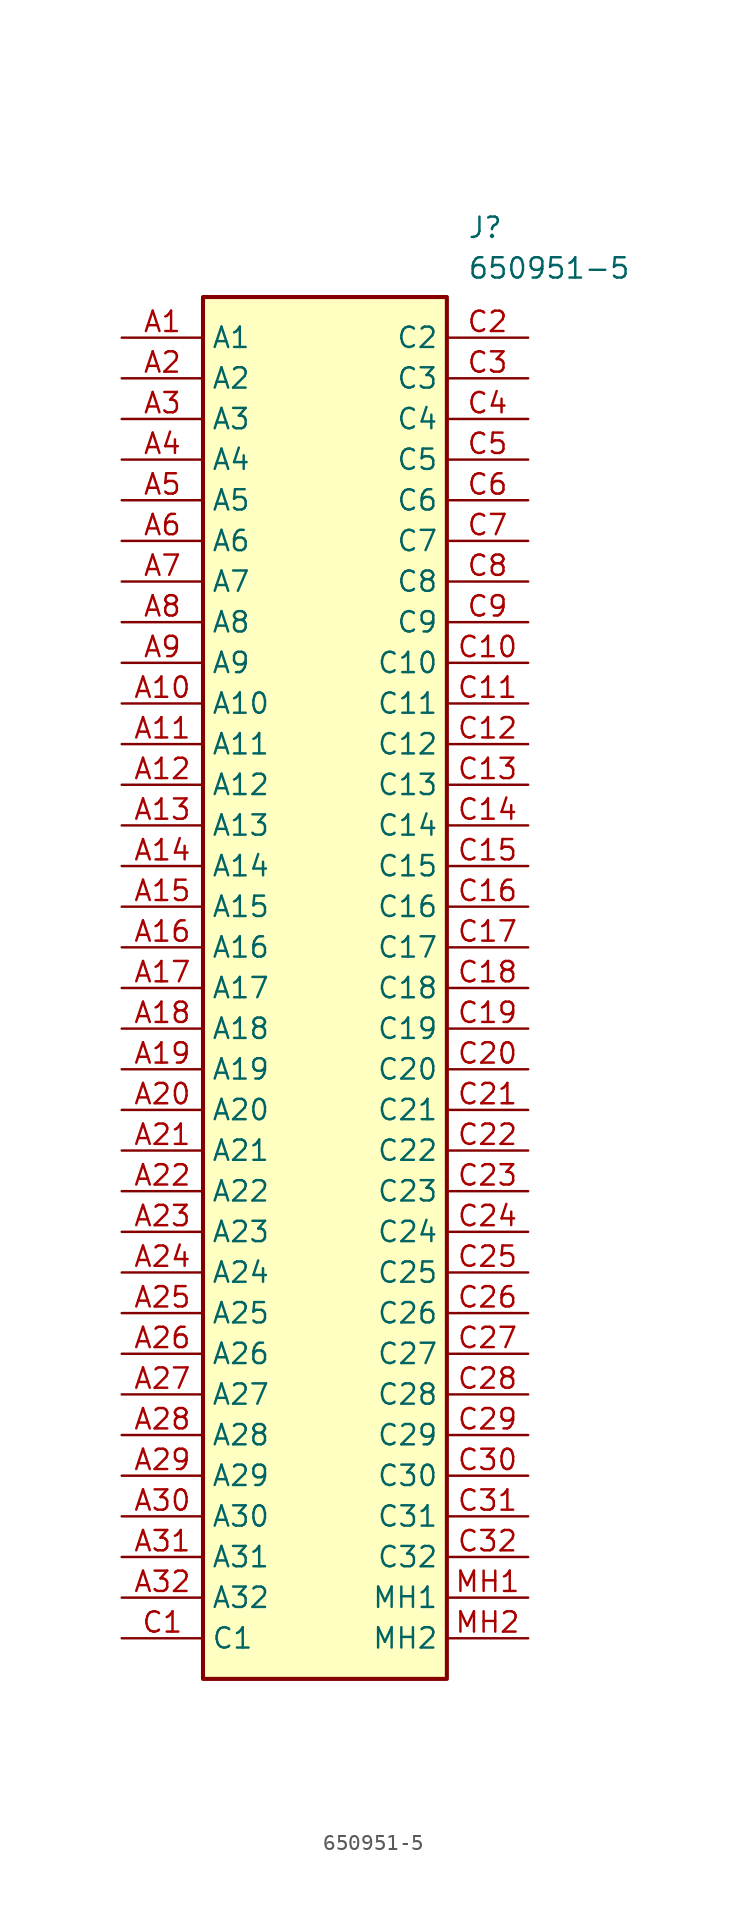
<source format=kicad_sym>
(kicad_symbol_lib
  (version 20220914)
  (generator kicad_symbol_editor)
  (symbol "650951-5"
    (property "Reference" "J"
      (at 21.59 7.62 0)
      (effects (font (size 1.27 1.27)) (justify left top)))
    (property "Value" "650951-5"
      (at 21.59 5.08 0)
      (effects (font (size 1.27 1.27)) (justify left top)))
    (symbol "650951-5_1_1"
      (rectangle (start 5.08 2.54) (end 20.32 -83.82) (stroke (width 0.254) (type default)) (fill (type background)))
      (pin passive line (at 0 0 0) (length 5.08) (name "A1" (effects (font (size 1.27 1.27)))) (number "A1" (effects (font (size 1.27 1.27)))))
      (pin passive line (at 0 -22.86 0) (length 5.08) (name "A10" (effects (font (size 1.27 1.27)))) (number "A10" (effects (font (size 1.27 1.27)))))
      (pin passive line (at 0 -25.4 0) (length 5.08) (name "A11" (effects (font (size 1.27 1.27)))) (number "A11" (effects (font (size 1.27 1.27)))))
      (pin passive line (at 0 -27.94 0) (length 5.08) (name "A12" (effects (font (size 1.27 1.27)))) (number "A12" (effects (font (size 1.27 1.27)))))
      (pin passive line (at 0 -30.48 0) (length 5.08) (name "A13" (effects (font (size 1.27 1.27)))) (number "A13" (effects (font (size 1.27 1.27)))))
      (pin passive line (at 0 -33.02 0) (length 5.08) (name "A14" (effects (font (size 1.27 1.27)))) (number "A14" (effects (font (size 1.27 1.27)))))
      (pin passive line (at 0 -35.56 0) (length 5.08) (name "A15" (effects (font (size 1.27 1.27)))) (number "A15" (effects (font (size 1.27 1.27)))))
      (pin passive line (at 0 -38.1 0) (length 5.08) (name "A16" (effects (font (size 1.27 1.27)))) (number "A16" (effects (font (size 1.27 1.27)))))
      (pin passive line (at 0 -40.64 0) (length 5.08) (name "A17" (effects (font (size 1.27 1.27)))) (number "A17" (effects (font (size 1.27 1.27)))))
      (pin passive line (at 0 -43.18 0) (length 5.08) (name "A18" (effects (font (size 1.27 1.27)))) (number "A18" (effects (font (size 1.27 1.27)))))
      (pin passive line (at 0 -45.72 0) (length 5.08) (name "A19" (effects (font (size 1.27 1.27)))) (number "A19" (effects (font (size 1.27 1.27)))))
      (pin passive line (at 0 -2.54 0) (length 5.08) (name "A2" (effects (font (size 1.27 1.27)))) (number "A2" (effects (font (size 1.27 1.27)))))
      (pin passive line (at 0 -48.26 0) (length 5.08) (name "A20" (effects (font (size 1.27 1.27)))) (number "A20" (effects (font (size 1.27 1.27)))))
      (pin passive line (at 0 -50.8 0) (length 5.08) (name "A21" (effects (font (size 1.27 1.27)))) (number "A21" (effects (font (size 1.27 1.27)))))
      (pin passive line (at 0 -53.34 0) (length 5.08) (name "A22" (effects (font (size 1.27 1.27)))) (number "A22" (effects (font (size 1.27 1.27)))))
      (pin passive line (at 0 -55.88 0) (length 5.08) (name "A23" (effects (font (size 1.27 1.27)))) (number "A23" (effects (font (size 1.27 1.27)))))
      (pin passive line (at 0 -58.42 0) (length 5.08) (name "A24" (effects (font (size 1.27 1.27)))) (number "A24" (effects (font (size 1.27 1.27)))))
      (pin passive line (at 0 -60.96 0) (length 5.08) (name "A25" (effects (font (size 1.27 1.27)))) (number "A25" (effects (font (size 1.27 1.27)))))
      (pin passive line (at 0 -63.5 0) (length 5.08) (name "A26" (effects (font (size 1.27 1.27)))) (number "A26" (effects (font (size 1.27 1.27)))))
      (pin passive line (at 0 -66.04 0) (length 5.08) (name "A27" (effects (font (size 1.27 1.27)))) (number "A27" (effects (font (size 1.27 1.27)))))
      (pin passive line (at 0 -68.58 0) (length 5.08) (name "A28" (effects (font (size 1.27 1.27)))) (number "A28" (effects (font (size 1.27 1.27)))))
      (pin passive line (at 0 -71.12 0) (length 5.08) (name "A29" (effects (font (size 1.27 1.27)))) (number "A29" (effects (font (size 1.27 1.27)))))
      (pin passive line (at 0 -5.08 0) (length 5.08) (name "A3" (effects (font (size 1.27 1.27)))) (number "A3" (effects (font (size 1.27 1.27)))))
      (pin passive line (at 0 -73.66 0) (length 5.08) (name "A30" (effects (font (size 1.27 1.27)))) (number "A30" (effects (font (size 1.27 1.27)))))
      (pin passive line (at 0 -76.2 0) (length 5.08) (name "A31" (effects (font (size 1.27 1.27)))) (number "A31" (effects (font (size 1.27 1.27)))))
      (pin passive line (at 0 -78.74 0) (length 5.08) (name "A32" (effects (font (size 1.27 1.27)))) (number "A32" (effects (font (size 1.27 1.27)))))
      (pin passive line (at 0 -7.62 0) (length 5.08) (name "A4" (effects (font (size 1.27 1.27)))) (number "A4" (effects (font (size 1.27 1.27)))))
      (pin passive line (at 0 -10.16 0) (length 5.08) (name "A5" (effects (font (size 1.27 1.27)))) (number "A5" (effects (font (size 1.27 1.27)))))
      (pin passive line (at 0 -12.7 0) (length 5.08) (name "A6" (effects (font (size 1.27 1.27)))) (number "A6" (effects (font (size 1.27 1.27)))))
      (pin passive line (at 0 -15.24 0) (length 5.08) (name "A7" (effects (font (size 1.27 1.27)))) (number "A7" (effects (font (size 1.27 1.27)))))
      (pin passive line (at 0 -17.78 0) (length 5.08) (name "A8" (effects (font (size 1.27 1.27)))) (number "A8" (effects (font (size 1.27 1.27)))))
      (pin passive line (at 0 -20.32 0) (length 5.08) (name "A9" (effects (font (size 1.27 1.27)))) (number "A9" (effects (font (size 1.27 1.27)))))
      (pin passive line (at 0 -81.28 0) (length 5.08) (name "C1" (effects (font (size 1.27 1.27)))) (number "C1" (effects (font (size 1.27 1.27)))))
      (pin passive line (at 25.4 -20.32 180) (length 5.08) (name "C10" (effects (font (size 1.27 1.27)))) (number "C10" (effects (font (size 1.27 1.27)))))
      (pin passive line (at 25.4 -22.86 180) (length 5.08) (name "C11" (effects (font (size 1.27 1.27)))) (number "C11" (effects (font (size 1.27 1.27)))))
      (pin passive line (at 25.4 -25.4 180) (length 5.08) (name "C12" (effects (font (size 1.27 1.27)))) (number "C12" (effects (font (size 1.27 1.27)))))
      (pin passive line (at 25.4 -27.94 180) (length 5.08) (name "C13" (effects (font (size 1.27 1.27)))) (number "C13" (effects (font (size 1.27 1.27)))))
      (pin passive line (at 25.4 -30.48 180) (length 5.08) (name "C14" (effects (font (size 1.27 1.27)))) (number "C14" (effects (font (size 1.27 1.27)))))
      (pin passive line (at 25.4 -33.02 180) (length 5.08) (name "C15" (effects (font (size 1.27 1.27)))) (number "C15" (effects (font (size 1.27 1.27)))))
      (pin passive line (at 25.4 -35.56 180) (length 5.08) (name "C16" (effects (font (size 1.27 1.27)))) (number "C16" (effects (font (size 1.27 1.27)))))
      (pin passive line (at 25.4 -38.1 180) (length 5.08) (name "C17" (effects (font (size 1.27 1.27)))) (number "C17" (effects (font (size 1.27 1.27)))))
      (pin passive line (at 25.4 -40.64 180) (length 5.08) (name "C18" (effects (font (size 1.27 1.27)))) (number "C18" (effects (font (size 1.27 1.27)))))
      (pin passive line (at 25.4 -43.18 180) (length 5.08) (name "C19" (effects (font (size 1.27 1.27)))) (number "C19" (effects (font (size 1.27 1.27)))))
      (pin passive line (at 25.4 0 180) (length 5.08) (name "C2" (effects (font (size 1.27 1.27)))) (number "C2" (effects (font (size 1.27 1.27)))))
      (pin passive line (at 25.4 -45.72 180) (length 5.08) (name "C20" (effects (font (size 1.27 1.27)))) (number "C20" (effects (font (size 1.27 1.27)))))
      (pin passive line (at 25.4 -48.26 180) (length 5.08) (name "C21" (effects (font (size 1.27 1.27)))) (number "C21" (effects (font (size 1.27 1.27)))))
      (pin passive line (at 25.4 -50.8 180) (length 5.08) (name "C22" (effects (font (size 1.27 1.27)))) (number "C22" (effects (font (size 1.27 1.27)))))
      (pin passive line (at 25.4 -53.34 180) (length 5.08) (name "C23" (effects (font (size 1.27 1.27)))) (number "C23" (effects (font (size 1.27 1.27)))))
      (pin passive line (at 25.4 -55.88 180) (length 5.08) (name "C24" (effects (font (size 1.27 1.27)))) (number "C24" (effects (font (size 1.27 1.27)))))
      (pin passive line (at 25.4 -58.42 180) (length 5.08) (name "C25" (effects (font (size 1.27 1.27)))) (number "C25" (effects (font (size 1.27 1.27)))))
      (pin passive line (at 25.4 -60.96 180) (length 5.08) (name "C26" (effects (font (size 1.27 1.27)))) (number "C26" (effects (font (size 1.27 1.27)))))
      (pin passive line (at 25.4 -63.5 180) (length 5.08) (name "C27" (effects (font (size 1.27 1.27)))) (number "C27" (effects (font (size 1.27 1.27)))))
      (pin passive line (at 25.4 -66.04 180) (length 5.08) (name "C28" (effects (font (size 1.27 1.27)))) (number "C28" (effects (font (size 1.27 1.27)))))
      (pin passive line (at 25.4 -68.58 180) (length 5.08) (name "C29" (effects (font (size 1.27 1.27)))) (number "C29" (effects (font (size 1.27 1.27)))))
      (pin passive line (at 25.4 -2.54 180) (length 5.08) (name "C3" (effects (font (size 1.27 1.27)))) (number "C3" (effects (font (size 1.27 1.27)))))
      (pin passive line (at 25.4 -71.12 180) (length 5.08) (name "C30" (effects (font (size 1.27 1.27)))) (number "C30" (effects (font (size 1.27 1.27)))))
      (pin passive line (at 25.4 -73.66 180) (length 5.08) (name "C31" (effects (font (size 1.27 1.27)))) (number "C31" (effects (font (size 1.27 1.27)))))
      (pin passive line (at 25.4 -76.2 180) (length 5.08) (name "C32" (effects (font (size 1.27 1.27)))) (number "C32" (effects (font (size 1.27 1.27)))))
      (pin passive line (at 25.4 -5.08 180) (length 5.08) (name "C4" (effects (font (size 1.27 1.27)))) (number "C4" (effects (font (size 1.27 1.27)))))
      (pin passive line (at 25.4 -7.62 180) (length 5.08) (name "C5" (effects (font (size 1.27 1.27)))) (number "C5" (effects (font (size 1.27 1.27)))))
      (pin passive line (at 25.4 -10.16 180) (length 5.08) (name "C6" (effects (font (size 1.27 1.27)))) (number "C6" (effects (font (size 1.27 1.27)))))
      (pin passive line (at 25.4 -12.7 180) (length 5.08) (name "C7" (effects (font (size 1.27 1.27)))) (number "C7" (effects (font (size 1.27 1.27)))))
      (pin passive line (at 25.4 -15.24 180) (length 5.08) (name "C8" (effects (font (size 1.27 1.27)))) (number "C8" (effects (font (size 1.27 1.27)))))
      (pin passive line (at 25.4 -17.78 180) (length 5.08) (name "C9" (effects (font (size 1.27 1.27)))) (number "C9" (effects (font (size 1.27 1.27)))))
      (pin passive line (at 25.4 -78.74 180) (length 5.08) (name "MH1" (effects (font (size 1.27 1.27)))) (number "MH1" (effects (font (size 1.27 1.27)))))
      (pin passive line (at 25.4 -81.28 180) (length 5.08) (name "MH2" (effects (font (size 1.27 1.27)))) (number "MH2" (effects (font (size 1.27 1.27))))))))
</source>
